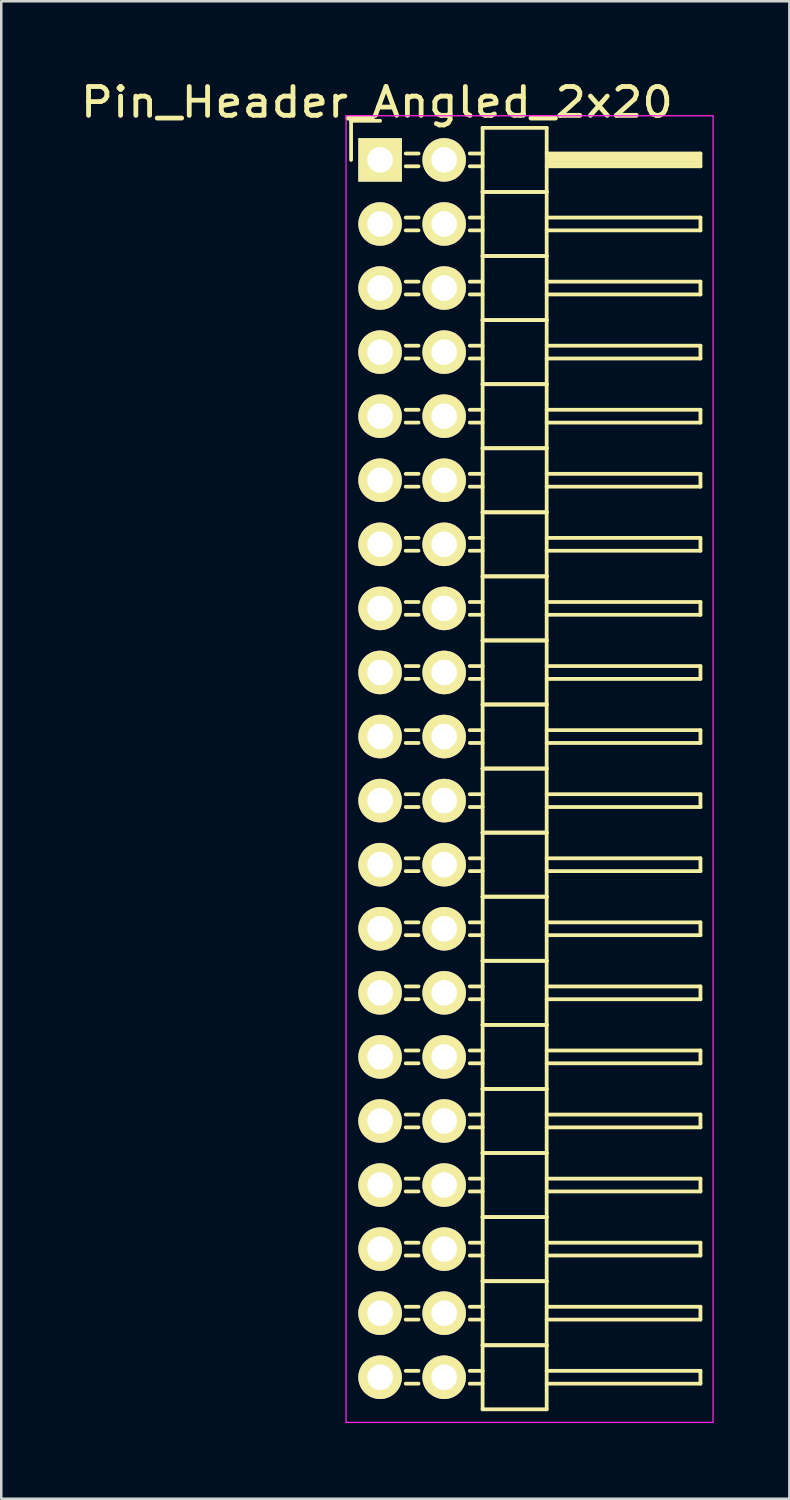
<source format=kicad_pcb>
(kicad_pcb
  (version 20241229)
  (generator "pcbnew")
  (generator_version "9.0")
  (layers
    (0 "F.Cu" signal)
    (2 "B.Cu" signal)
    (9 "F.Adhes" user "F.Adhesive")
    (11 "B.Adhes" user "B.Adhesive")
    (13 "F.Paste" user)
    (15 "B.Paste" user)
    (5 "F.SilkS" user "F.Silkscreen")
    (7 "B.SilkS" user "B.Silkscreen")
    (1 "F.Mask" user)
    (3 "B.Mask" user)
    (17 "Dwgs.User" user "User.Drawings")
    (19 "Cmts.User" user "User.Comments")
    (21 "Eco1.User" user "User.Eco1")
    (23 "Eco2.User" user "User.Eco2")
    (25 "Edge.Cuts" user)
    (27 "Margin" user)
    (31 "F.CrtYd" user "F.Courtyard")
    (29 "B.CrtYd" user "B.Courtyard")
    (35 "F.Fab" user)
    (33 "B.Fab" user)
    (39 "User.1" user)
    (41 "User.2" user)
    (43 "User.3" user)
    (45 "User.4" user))
  (footprint "Pin_Header_Angled_2x20"
    (layer "F.Cu")
    (at 12.018 3.289)
    (property "Reference" "Pin_Header_Angled_2x20" (at -0.127 -2.286 0) (layer "F.SilkS") (effects (font (size 1.143 1.27) (thickness 0.191))))
    (attr through_hole)
    (fp_line (start -1.15 -1.55) (end -1.15 0) (stroke (width 0.15) (type solid)) (layer "F.SilkS"))
    (fp_line (start 0 -1.55) (end -1.15 -1.55) (stroke (width 0.15) (type solid)) (layer "F.SilkS"))
    (fp_line (start 1.524 -0.254) (end 1.016 -0.254) (stroke (width 0.15) (type solid)) (layer "F.SilkS"))
    (fp_line (start 1.524 0.254) (end 1.016 0.254) (stroke (width 0.15) (type solid)) (layer "F.SilkS"))
    (fp_line (start 1.524 2.286) (end 1.016 2.286) (stroke (width 0.15) (type solid)) (layer "F.SilkS"))
    (fp_line (start 1.524 2.794) (end 1.016 2.794) (stroke (width 0.15) (type solid)) (layer "F.SilkS"))
    (fp_line (start 1.524 4.826) (end 1.016 4.826) (stroke (width 0.15) (type solid)) (layer "F.SilkS"))
    (fp_line (start 1.524 5.334) (end 1.016 5.334) (stroke (width 0.15) (type solid)) (layer "F.SilkS"))
    (fp_line (start 1.524 7.366) (end 1.016 7.366) (stroke (width 0.15) (type solid)) (layer "F.SilkS"))
    (fp_line (start 1.524 7.874) (end 1.016 7.874) (stroke (width 0.15) (type solid)) (layer "F.SilkS"))
    (fp_line (start 1.524 9.906) (end 1.016 9.906) (stroke (width 0.15) (type solid)) (layer "F.SilkS"))
    (fp_line (start 1.524 10.414) (end 1.016 10.414) (stroke (width 0.15) (type solid)) (layer "F.SilkS"))
    (fp_line (start 1.524 12.446) (end 1.016 12.446) (stroke (width 0.15) (type solid)) (layer "F.SilkS"))
    (fp_line (start 1.524 12.954) (end 1.016 12.954) (stroke (width 0.15) (type solid)) (layer "F.SilkS"))
    (fp_line (start 1.524 14.986) (end 1.016 14.986) (stroke (width 0.15) (type solid)) (layer "F.SilkS"))
    (fp_line (start 1.524 15.494) (end 1.016 15.494) (stroke (width 0.15) (type solid)) (layer "F.SilkS"))
    (fp_line (start 1.524 17.526) (end 1.016 17.526) (stroke (width 0.15) (type solid)) (layer "F.SilkS"))
    (fp_line (start 1.524 18.034) (end 1.016 18.034) (stroke (width 0.15) (type solid)) (layer "F.SilkS"))
    (fp_line (start 1.524 20.066) (end 1.016 20.066) (stroke (width 0.15) (type solid)) (layer "F.SilkS"))
    (fp_line (start 1.524 20.574) (end 1.016 20.574) (stroke (width 0.15) (type solid)) (layer "F.SilkS"))
    (fp_line (start 1.524 22.606) (end 1.016 22.606) (stroke (width 0.15) (type solid)) (layer "F.SilkS"))
    (fp_line (start 1.524 23.114) (end 1.016 23.114) (stroke (width 0.15) (type solid)) (layer "F.SilkS"))
    (fp_line (start 1.524 25.146) (end 1.016 25.146) (stroke (width 0.15) (type solid)) (layer "F.SilkS"))
    (fp_line (start 1.524 25.654) (end 1.016 25.654) (stroke (width 0.15) (type solid)) (layer "F.SilkS"))
    (fp_line (start 1.524 27.686) (end 1.016 27.686) (stroke (width 0.15) (type solid)) (layer "F.SilkS"))
    (fp_line (start 1.524 28.194) (end 1.016 28.194) (stroke (width 0.15) (type solid)) (layer "F.SilkS"))
    (fp_line (start 1.524 30.226) (end 1.016 30.226) (stroke (width 0.15) (type solid)) (layer "F.SilkS"))
    (fp_line (start 1.524 30.734) (end 1.016 30.734) (stroke (width 0.15) (type solid)) (layer "F.SilkS"))
    (fp_line (start 1.524 32.766) (end 1.016 32.766) (stroke (width 0.15) (type solid)) (layer "F.SilkS"))
    (fp_line (start 1.524 33.274) (end 1.016 33.274) (stroke (width 0.15) (type solid)) (layer "F.SilkS"))
    (fp_line (start 1.524 35.306) (end 1.016 35.306) (stroke (width 0.15) (type solid)) (layer "F.SilkS"))
    (fp_line (start 1.524 35.814) (end 1.016 35.814) (stroke (width 0.15) (type solid)) (layer "F.SilkS"))
    (fp_line (start 1.524 37.846) (end 1.016 37.846) (stroke (width 0.15) (type solid)) (layer "F.SilkS"))
    (fp_line (start 1.524 38.354) (end 1.016 38.354) (stroke (width 0.15) (type solid)) (layer "F.SilkS"))
    (fp_line (start 1.524 40.386) (end 1.016 40.386) (stroke (width 0.15) (type solid)) (layer "F.SilkS"))
    (fp_line (start 1.524 40.894) (end 1.016 40.894) (stroke (width 0.15) (type solid)) (layer "F.SilkS"))
    (fp_line (start 1.524 42.926) (end 1.016 42.926) (stroke (width 0.15) (type solid)) (layer "F.SilkS"))
    (fp_line (start 1.524 43.434) (end 1.016 43.434) (stroke (width 0.15) (type solid)) (layer "F.SilkS"))
    (fp_line (start 1.524 45.466) (end 1.016 45.466) (stroke (width 0.15) (type solid)) (layer "F.SilkS"))
    (fp_line (start 1.524 45.974) (end 1.016 45.974) (stroke (width 0.15) (type solid)) (layer "F.SilkS"))
    (fp_line (start 1.524 48.006) (end 1.016 48.006) (stroke (width 0.15) (type solid)) (layer "F.SilkS"))
    (fp_line (start 1.524 48.514) (end 1.016 48.514) (stroke (width 0.15) (type solid)) (layer "F.SilkS"))
    (fp_line (start 4.064 -1.27) (end 4.064 1.27) (stroke (width 0.15) (type solid)) (layer "F.SilkS"))
    (fp_line (start 4.064 -1.27) (end 6.604 -1.27) (stroke (width 0.15) (type solid)) (layer "F.SilkS"))
    (fp_line (start 4.064 -0.254) (end 3.556 -0.254) (stroke (width 0.15) (type solid)) (layer "F.SilkS"))
    (fp_line (start 4.064 0.254) (end 3.556 0.254) (stroke (width 0.15) (type solid)) (layer "F.SilkS"))
    (fp_line (start 4.064 1.27) (end 4.064 3.81) (stroke (width 0.15) (type solid)) (layer "F.SilkS"))
    (fp_line (start 4.064 1.27) (end 6.604 1.27) (stroke (width 0.15) (type solid)) (layer "F.SilkS"))
    (fp_line (start 4.064 1.27) (end 6.604 1.27) (stroke (width 0.15) (type solid)) (layer "F.SilkS"))
    (fp_line (start 4.064 2.286) (end 3.556 2.286) (stroke (width 0.15) (type solid)) (layer "F.SilkS"))
    (fp_line (start 4.064 2.794) (end 3.556 2.794) (stroke (width 0.15) (type solid)) (layer "F.SilkS"))
    (fp_line (start 4.064 3.81) (end 4.064 6.35) (stroke (width 0.15) (type solid)) (layer "F.SilkS"))
    (fp_line (start 4.064 3.81) (end 6.604 3.81) (stroke (width 0.15) (type solid)) (layer "F.SilkS"))
    (fp_line (start 4.064 3.81) (end 6.604 3.81) (stroke (width 0.15) (type solid)) (layer "F.SilkS"))
    (fp_line (start 4.064 4.826) (end 3.556 4.826) (stroke (width 0.15) (type solid)) (layer "F.SilkS"))
    (fp_line (start 4.064 5.334) (end 3.556 5.334) (stroke (width 0.15) (type solid)) (layer "F.SilkS"))
    (fp_line (start 4.064 6.35) (end 4.064 8.89) (stroke (width 0.15) (type solid)) (layer "F.SilkS"))
    (fp_line (start 4.064 6.35) (end 6.604 6.35) (stroke (width 0.15) (type solid)) (layer "F.SilkS"))
    (fp_line (start 4.064 6.35) (end 6.604 6.35) (stroke (width 0.15) (type solid)) (layer "F.SilkS"))
    (fp_line (start 4.064 7.366) (end 3.556 7.366) (stroke (width 0.15) (type solid)) (layer "F.SilkS"))
    (fp_line (start 4.064 7.874) (end 3.556 7.874) (stroke (width 0.15) (type solid)) (layer "F.SilkS"))
    (fp_line (start 4.064 8.89) (end 4.064 11.43) (stroke (width 0.15) (type solid)) (layer "F.SilkS"))
    (fp_line (start 4.064 8.89) (end 6.604 8.89) (stroke (width 0.15) (type solid)) (layer "F.SilkS"))
    (fp_line (start 4.064 8.89) (end 6.604 8.89) (stroke (width 0.15) (type solid)) (layer "F.SilkS"))
    (fp_line (start 4.064 9.906) (end 3.556 9.906) (stroke (width 0.15) (type solid)) (layer "F.SilkS"))
    (fp_line (start 4.064 10.414) (end 3.556 10.414) (stroke (width 0.15) (type solid)) (layer "F.SilkS"))
    (fp_line (start 4.064 11.43) (end 4.064 13.97) (stroke (width 0.15) (type solid)) (layer "F.SilkS"))
    (fp_line (start 4.064 11.43) (end 6.604 11.43) (stroke (width 0.15) (type solid)) (layer "F.SilkS"))
    (fp_line (start 4.064 11.43) (end 6.604 11.43) (stroke (width 0.15) (type solid)) (layer "F.SilkS"))
    (fp_line (start 4.064 12.446) (end 3.556 12.446) (stroke (width 0.15) (type solid)) (layer "F.SilkS"))
    (fp_line (start 4.064 12.954) (end 3.556 12.954) (stroke (width 0.15) (type solid)) (layer "F.SilkS"))
    (fp_line (start 4.064 13.97) (end 4.064 16.51) (stroke (width 0.15) (type solid)) (layer "F.SilkS"))
    (fp_line (start 4.064 13.97) (end 6.604 13.97) (stroke (width 0.15) (type solid)) (layer "F.SilkS"))
    (fp_line (start 4.064 13.97) (end 6.604 13.97) (stroke (width 0.15) (type solid)) (layer "F.SilkS"))
    (fp_line (start 4.064 14.986) (end 3.556 14.986) (stroke (width 0.15) (type solid)) (layer "F.SilkS"))
    (fp_line (start 4.064 15.494) (end 3.556 15.494) (stroke (width 0.15) (type solid)) (layer "F.SilkS"))
    (fp_line (start 4.064 16.51) (end 4.064 19.05) (stroke (width 0.15) (type solid)) (layer "F.SilkS"))
    (fp_line (start 4.064 16.51) (end 6.604 16.51) (stroke (width 0.15) (type solid)) (layer "F.SilkS"))
    (fp_line (start 4.064 16.51) (end 6.604 16.51) (stroke (width 0.15) (type solid)) (layer "F.SilkS"))
    (fp_line (start 4.064 17.526) (end 3.556 17.526) (stroke (width 0.15) (type solid)) (layer "F.SilkS"))
    (fp_line (start 4.064 18.034) (end 3.556 18.034) (stroke (width 0.15) (type solid)) (layer "F.SilkS"))
    (fp_line (start 4.064 19.05) (end 4.064 21.59) (stroke (width 0.15) (type solid)) (layer "F.SilkS"))
    (fp_line (start 4.064 19.05) (end 6.604 19.05) (stroke (width 0.15) (type solid)) (layer "F.SilkS"))
    (fp_line (start 4.064 19.05) (end 6.604 19.05) (stroke (width 0.15) (type solid)) (layer "F.SilkS"))
    (fp_line (start 4.064 20.066) (end 3.556 20.066) (stroke (width 0.15) (type solid)) (layer "F.SilkS"))
    (fp_line (start 4.064 20.574) (end 3.556 20.574) (stroke (width 0.15) (type solid)) (layer "F.SilkS"))
    (fp_line (start 4.064 21.59) (end 4.064 24.13) (stroke (width 0.15) (type solid)) (layer "F.SilkS"))
    (fp_line (start 4.064 21.59) (end 6.604 21.59) (stroke (width 0.15) (type solid)) (layer "F.SilkS"))
    (fp_line (start 4.064 21.59) (end 6.604 21.59) (stroke (width 0.15) (type solid)) (layer "F.SilkS"))
    (fp_line (start 4.064 22.606) (end 3.556 22.606) (stroke (width 0.15) (type solid)) (layer "F.SilkS"))
    (fp_line (start 4.064 23.114) (end 3.556 23.114) (stroke (width 0.15) (type solid)) (layer "F.SilkS"))
    (fp_line (start 4.064 24.13) (end 4.064 26.67) (stroke (width 0.15) (type solid)) (layer "F.SilkS"))
    (fp_line (start 4.064 24.13) (end 6.604 24.13) (stroke (width 0.15) (type solid)) (layer "F.SilkS"))
    (fp_line (start 4.064 24.13) (end 6.604 24.13) (stroke (width 0.15) (type solid)) (layer "F.SilkS"))
    (fp_line (start 4.064 25.146) (end 3.556 25.146) (stroke (width 0.15) (type solid)) (layer "F.SilkS"))
    (fp_line (start 4.064 25.654) (end 3.556 25.654) (stroke (width 0.15) (type solid)) (layer "F.SilkS"))
    (fp_line (start 4.064 26.67) (end 4.064 29.21) (stroke (width 0.15) (type solid)) (layer "F.SilkS"))
    (fp_line (start 4.064 26.67) (end 6.604 26.67) (stroke (width 0.15) (type solid)) (layer "F.SilkS"))
    (fp_line (start 4.064 26.67) (end 6.604 26.67) (stroke (width 0.15) (type solid)) (layer "F.SilkS"))
    (fp_line (start 4.064 27.686) (end 3.556 27.686) (stroke (width 0.15) (type solid)) (layer "F.SilkS"))
    (fp_line (start 4.064 28.194) (end 3.556 28.194) (stroke (width 0.15) (type solid)) (layer "F.SilkS"))
    (fp_line (start 4.064 29.21) (end 4.064 31.75) (stroke (width 0.15) (type solid)) (layer "F.SilkS"))
    (fp_line (start 4.064 29.21) (end 6.604 29.21) (stroke (width 0.15) (type solid)) (layer "F.SilkS"))
    (fp_line (start 4.064 29.21) (end 6.604 29.21) (stroke (width 0.15) (type solid)) (layer "F.SilkS"))
    (fp_line (start 4.064 30.226) (end 3.556 30.226) (stroke (width 0.15) (type solid)) (layer "F.SilkS"))
    (fp_line (start 4.064 30.734) (end 3.556 30.734) (stroke (width 0.15) (type solid)) (layer "F.SilkS"))
    (fp_line (start 4.064 31.75) (end 4.064 34.29) (stroke (width 0.15) (type solid)) (layer "F.SilkS"))
    (fp_line (start 4.064 31.75) (end 6.604 31.75) (stroke (width 0.15) (type solid)) (layer "F.SilkS"))
    (fp_line (start 4.064 31.75) (end 6.604 31.75) (stroke (width 0.15) (type solid)) (layer "F.SilkS"))
    (fp_line (start 4.064 32.766) (end 3.556 32.766) (stroke (width 0.15) (type solid)) (layer "F.SilkS"))
    (fp_line (start 4.064 33.274) (end 3.556 33.274) (stroke (width 0.15) (type solid)) (layer "F.SilkS"))
    (fp_line (start 4.064 34.29) (end 4.064 36.83) (stroke (width 0.15) (type solid)) (layer "F.SilkS"))
    (fp_line (start 4.064 34.29) (end 6.604 34.29) (stroke (width 0.15) (type solid)) (layer "F.SilkS"))
    (fp_line (start 4.064 34.29) (end 6.604 34.29) (stroke (width 0.15) (type solid)) (layer "F.SilkS"))
    (fp_line (start 4.064 35.306) (end 3.556 35.306) (stroke (width 0.15) (type solid)) (layer "F.SilkS"))
    (fp_line (start 4.064 35.814) (end 3.556 35.814) (stroke (width 0.15) (type solid)) (layer "F.SilkS"))
    (fp_line (start 4.064 36.83) (end 4.064 39.37) (stroke (width 0.15) (type solid)) (layer "F.SilkS"))
    (fp_line (start 4.064 36.83) (end 6.604 36.83) (stroke (width 0.15) (type solid)) (layer "F.SilkS"))
    (fp_line (start 4.064 36.83) (end 6.604 36.83) (stroke (width 0.15) (type solid)) (layer "F.SilkS"))
    (fp_line (start 4.064 37.846) (end 3.556 37.846) (stroke (width 0.15) (type solid)) (layer "F.SilkS"))
    (fp_line (start 4.064 38.354) (end 3.556 38.354) (stroke (width 0.15) (type solid)) (layer "F.SilkS"))
    (fp_line (start 4.064 39.37) (end 4.064 41.91) (stroke (width 0.15) (type solid)) (layer "F.SilkS"))
    (fp_line (start 4.064 39.37) (end 6.604 39.37) (stroke (width 0.15) (type solid)) (layer "F.SilkS"))
    (fp_line (start 4.064 39.37) (end 6.604 39.37) (stroke (width 0.15) (type solid)) (layer "F.SilkS"))
    (fp_line (start 4.064 40.386) (end 3.556 40.386) (stroke (width 0.15) (type solid)) (layer "F.SilkS"))
    (fp_line (start 4.064 40.894) (end 3.556 40.894) (stroke (width 0.15) (type solid)) (layer "F.SilkS"))
    (fp_line (start 4.064 41.91) (end 4.064 44.45) (stroke (width 0.15) (type solid)) (layer "F.SilkS"))
    (fp_line (start 4.064 41.91) (end 6.604 41.91) (stroke (width 0.15) (type solid)) (layer "F.SilkS"))
    (fp_line (start 4.064 41.91) (end 6.604 41.91) (stroke (width 0.15) (type solid)) (layer "F.SilkS"))
    (fp_line (start 4.064 42.926) (end 3.556 42.926) (stroke (width 0.15) (type solid)) (layer "F.SilkS"))
    (fp_line (start 4.064 43.434) (end 3.556 43.434) (stroke (width 0.15) (type solid)) (layer "F.SilkS"))
    (fp_line (start 4.064 44.45) (end 4.064 46.99) (stroke (width 0.15) (type solid)) (layer "F.SilkS"))
    (fp_line (start 4.064 44.45) (end 6.604 44.45) (stroke (width 0.15) (type solid)) (layer "F.SilkS"))
    (fp_line (start 4.064 44.45) (end 6.604 44.45) (stroke (width 0.15) (type solid)) (layer "F.SilkS"))
    (fp_line (start 4.064 45.466) (end 3.556 45.466) (stroke (width 0.15) (type solid)) (layer "F.SilkS"))
    (fp_line (start 4.064 45.974) (end 3.556 45.974) (stroke (width 0.15) (type solid)) (layer "F.SilkS"))
    (fp_line (start 4.064 46.99) (end 4.064 49.53) (stroke (width 0.15) (type solid)) (layer "F.SilkS"))
    (fp_line (start 4.064 46.99) (end 6.604 46.99) (stroke (width 0.15) (type solid)) (layer "F.SilkS"))
    (fp_line (start 4.064 46.99) (end 6.604 46.99) (stroke (width 0.15) (type solid)) (layer "F.SilkS"))
    (fp_line (start 4.064 48.006) (end 3.556 48.006) (stroke (width 0.15) (type solid)) (layer "F.SilkS"))
    (fp_line (start 4.064 48.514) (end 3.556 48.514) (stroke (width 0.15) (type solid)) (layer "F.SilkS"))
    (fp_line (start 4.064 49.53) (end 6.604 49.53) (stroke (width 0.15) (type solid)) (layer "F.SilkS"))
    (fp_line (start 6.604 -0.254) (end 12.7 -0.254) (stroke (width 0.15) (type solid)) (layer "F.SilkS"))
    (fp_line (start 6.604 -0.127) (end 12.573 -0.127) (stroke (width 0.15) (type solid)) (layer "F.SilkS"))
    (fp_line (start 6.604 1.27) (end 6.604 -1.27) (stroke (width 0.15) (type solid)) (layer "F.SilkS"))
    (fp_line (start 6.604 2.286) (end 12.7 2.286) (stroke (width 0.15) (type solid)) (layer "F.SilkS"))
    (fp_line (start 6.604 3.81) (end 6.604 1.27) (stroke (width 0.15) (type solid)) (layer "F.SilkS"))
    (fp_line (start 6.604 4.826) (end 12.7 4.826) (stroke (width 0.15) (type solid)) (layer "F.SilkS"))
    (fp_line (start 6.604 6.35) (end 6.604 3.81) (stroke (width 0.15) (type solid)) (layer "F.SilkS"))
    (fp_line (start 6.604 7.366) (end 12.7 7.366) (stroke (width 0.15) (type solid)) (layer "F.SilkS"))
    (fp_line (start 6.604 8.89) (end 6.604 6.35) (stroke (width 0.15) (type solid)) (layer "F.SilkS"))
    (fp_line (start 6.604 9.906) (end 12.7 9.906) (stroke (width 0.15) (type solid)) (layer "F.SilkS"))
    (fp_line (start 6.604 11.43) (end 6.604 8.89) (stroke (width 0.15) (type solid)) (layer "F.SilkS"))
    (fp_line (start 6.604 12.446) (end 12.7 12.446) (stroke (width 0.15) (type solid)) (layer "F.SilkS"))
    (fp_line (start 6.604 13.97) (end 6.604 11.43) (stroke (width 0.15) (type solid)) (layer "F.SilkS"))
    (fp_line (start 6.604 14.986) (end 12.7 14.986) (stroke (width 0.15) (type solid)) (layer "F.SilkS"))
    (fp_line (start 6.604 16.51) (end 6.604 13.97) (stroke (width 0.15) (type solid)) (layer "F.SilkS"))
    (fp_line (start 6.604 17.526) (end 12.7 17.526) (stroke (width 0.15) (type solid)) (layer "F.SilkS"))
    (fp_line (start 6.604 19.05) (end 6.604 16.51) (stroke (width 0.15) (type solid)) (layer "F.SilkS"))
    (fp_line (start 6.604 20.066) (end 12.7 20.066) (stroke (width 0.15) (type solid)) (layer "F.SilkS"))
    (fp_line (start 6.604 21.59) (end 6.604 19.05) (stroke (width 0.15) (type solid)) (layer "F.SilkS"))
    (fp_line (start 6.604 22.606) (end 12.7 22.606) (stroke (width 0.15) (type solid)) (layer "F.SilkS"))
    (fp_line (start 6.604 24.13) (end 6.604 21.59) (stroke (width 0.15) (type solid)) (layer "F.SilkS"))
    (fp_line (start 6.604 25.146) (end 12.7 25.146) (stroke (width 0.15) (type solid)) (layer "F.SilkS"))
    (fp_line (start 6.604 26.67) (end 6.604 24.13) (stroke (width 0.15) (type solid)) (layer "F.SilkS"))
    (fp_line (start 6.604 27.686) (end 12.7 27.686) (stroke (width 0.15) (type solid)) (layer "F.SilkS"))
    (fp_line (start 6.604 29.21) (end 6.604 26.67) (stroke (width 0.15) (type solid)) (layer "F.SilkS"))
    (fp_line (start 6.604 30.226) (end 12.7 30.226) (stroke (width 0.15) (type solid)) (layer "F.SilkS"))
    (fp_line (start 6.604 31.75) (end 6.604 29.21) (stroke (width 0.15) (type solid)) (layer "F.SilkS"))
    (fp_line (start 6.604 32.766) (end 12.7 32.766) (stroke (width 0.15) (type solid)) (layer "F.SilkS"))
    (fp_line (start 6.604 34.29) (end 6.604 31.75) (stroke (width 0.15) (type solid)) (layer "F.SilkS"))
    (fp_line (start 6.604 35.306) (end 12.7 35.306) (stroke (width 0.15) (type solid)) (layer "F.SilkS"))
    (fp_line (start 6.604 36.83) (end 6.604 34.29) (stroke (width 0.15) (type solid)) (layer "F.SilkS"))
    (fp_line (start 6.604 37.846) (end 12.7 37.846) (stroke (width 0.15) (type solid)) (layer "F.SilkS"))
    (fp_line (start 6.604 39.37) (end 6.604 36.83) (stroke (width 0.15) (type solid)) (layer "F.SilkS"))
    (fp_line (start 6.604 40.386) (end 12.7 40.386) (stroke (width 0.15) (type solid)) (layer "F.SilkS"))
    (fp_line (start 6.604 41.91) (end 6.604 39.37) (stroke (width 0.15) (type solid)) (layer "F.SilkS"))
    (fp_line (start 6.604 42.926) (end 12.7 42.926) (stroke (width 0.15) (type solid)) (layer "F.SilkS"))
    (fp_line (start 6.604 44.45) (end 6.604 41.91) (stroke (width 0.15) (type solid)) (layer "F.SilkS"))
    (fp_line (start 6.604 45.466) (end 12.7 45.466) (stroke (width 0.15) (type solid)) (layer "F.SilkS"))
    (fp_line (start 6.604 46.99) (end 6.604 44.45) (stroke (width 0.15) (type solid)) (layer "F.SilkS"))
    (fp_line (start 6.604 48.006) (end 12.7 48.006) (stroke (width 0.15) (type solid)) (layer "F.SilkS"))
    (fp_line (start 6.604 49.53) (end 6.604 46.99) (stroke (width 0.15) (type solid)) (layer "F.SilkS"))
    (fp_line (start 6.731 0) (end 12.573 0) (stroke (width 0.15) (type solid)) (layer "F.SilkS"))
    (fp_line (start 6.731 0.127) (end 6.731 0) (stroke (width 0.15) (type solid)) (layer "F.SilkS"))
    (fp_line (start 12.573 -0.127) (end 12.573 0.127) (stroke (width 0.15) (type solid)) (layer "F.SilkS"))
    (fp_line (start 12.573 0.127) (end 6.731 0.127) (stroke (width 0.15) (type solid)) (layer "F.SilkS"))
    (fp_line (start 12.7 -0.254) (end 12.7 0.254) (stroke (width 0.15) (type solid)) (layer "F.SilkS"))
    (fp_line (start 12.7 0.254) (end 6.604 0.254) (stroke (width 0.15) (type solid)) (layer "F.SilkS"))
    (fp_line (start 12.7 2.286) (end 12.7 2.794) (stroke (width 0.15) (type solid)) (layer "F.SilkS"))
    (fp_line (start 12.7 2.794) (end 6.604 2.794) (stroke (width 0.15) (type solid)) (layer "F.SilkS"))
    (fp_line (start 12.7 4.826) (end 12.7 5.334) (stroke (width 0.15) (type solid)) (layer "F.SilkS"))
    (fp_line (start 12.7 5.334) (end 6.604 5.334) (stroke (width 0.15) (type solid)) (layer "F.SilkS"))
    (fp_line (start 12.7 7.366) (end 12.7 7.874) (stroke (width 0.15) (type solid)) (layer "F.SilkS"))
    (fp_line (start 12.7 7.874) (end 6.604 7.874) (stroke (width 0.15) (type solid)) (layer "F.SilkS"))
    (fp_line (start 12.7 9.906) (end 12.7 10.414) (stroke (width 0.15) (type solid)) (layer "F.SilkS"))
    (fp_line (start 12.7 10.414) (end 6.604 10.414) (stroke (width 0.15) (type solid)) (layer "F.SilkS"))
    (fp_line (start 12.7 12.446) (end 12.7 12.954) (stroke (width 0.15) (type solid)) (layer "F.SilkS"))
    (fp_line (start 12.7 12.954) (end 6.604 12.954) (stroke (width 0.15) (type solid)) (layer "F.SilkS"))
    (fp_line (start 12.7 14.986) (end 12.7 15.494) (stroke (width 0.15) (type solid)) (layer "F.SilkS"))
    (fp_line (start 12.7 15.494) (end 6.604 15.494) (stroke (width 0.15) (type solid)) (layer "F.SilkS"))
    (fp_line (start 12.7 17.526) (end 12.7 18.034) (stroke (width 0.15) (type solid)) (layer "F.SilkS"))
    (fp_line (start 12.7 18.034) (end 6.604 18.034) (stroke (width 0.15) (type solid)) (layer "F.SilkS"))
    (fp_line (start 12.7 20.066) (end 12.7 20.574) (stroke (width 0.15) (type solid)) (layer "F.SilkS"))
    (fp_line (start 12.7 20.574) (end 6.604 20.574) (stroke (width 0.15) (type solid)) (layer "F.SilkS"))
    (fp_line (start 12.7 22.606) (end 12.7 23.114) (stroke (width 0.15) (type solid)) (layer "F.SilkS"))
    (fp_line (start 12.7 23.114) (end 6.604 23.114) (stroke (width 0.15) (type solid)) (layer "F.SilkS"))
    (fp_line (start 12.7 25.146) (end 12.7 25.654) (stroke (width 0.15) (type solid)) (layer "F.SilkS"))
    (fp_line (start 12.7 25.654) (end 6.604 25.654) (stroke (width 0.15) (type solid)) (layer "F.SilkS"))
    (fp_line (start 12.7 27.686) (end 12.7 28.194) (stroke (width 0.15) (type solid)) (layer "F.SilkS"))
    (fp_line (start 12.7 28.194) (end 6.604 28.194) (stroke (width 0.15) (type solid)) (layer "F.SilkS"))
    (fp_line (start 12.7 30.226) (end 12.7 30.734) (stroke (width 0.15) (type solid)) (layer "F.SilkS"))
    (fp_line (start 12.7 30.734) (end 6.604 30.734) (stroke (width 0.15) (type solid)) (layer "F.SilkS"))
    (fp_line (start 12.7 32.766) (end 12.7 33.274) (stroke (width 0.15) (type solid)) (layer "F.SilkS"))
    (fp_line (start 12.7 33.274) (end 6.604 33.274) (stroke (width 0.15) (type solid)) (layer "F.SilkS"))
    (fp_line (start 12.7 35.306) (end 12.7 35.814) (stroke (width 0.15) (type solid)) (layer "F.SilkS"))
    (fp_line (start 12.7 35.814) (end 6.604 35.814) (stroke (width 0.15) (type solid)) (layer "F.SilkS"))
    (fp_line (start 12.7 37.846) (end 12.7 38.354) (stroke (width 0.15) (type solid)) (layer "F.SilkS"))
    (fp_line (start 12.7 38.354) (end 6.604 38.354) (stroke (width 0.15) (type solid)) (layer "F.SilkS"))
    (fp_line (start 12.7 40.386) (end 12.7 40.894) (stroke (width 0.15) (type solid)) (layer "F.SilkS"))
    (fp_line (start 12.7 40.894) (end 6.604 40.894) (stroke (width 0.15) (type solid)) (layer "F.SilkS"))
    (fp_line (start 12.7 42.926) (end 12.7 43.434) (stroke (width 0.15) (type solid)) (layer "F.SilkS"))
    (fp_line (start 12.7 43.434) (end 6.604 43.434) (stroke (width 0.15) (type solid)) (layer "F.SilkS"))
    (fp_line (start 12.7 45.466) (end 12.7 45.974) (stroke (width 0.15) (type solid)) (layer "F.SilkS"))
    (fp_line (start 12.7 45.974) (end 6.604 45.974) (stroke (width 0.15) (type solid)) (layer "F.SilkS"))
    (fp_line (start 12.7 48.006) (end 12.7 48.514) (stroke (width 0.15) (type solid)) (layer "F.SilkS"))
    (fp_line (start 12.7 48.514) (end 6.604 48.514) (stroke (width 0.15) (type solid)) (layer "F.SilkS"))
    (fp_line (start -1.35 -1.75) (end -1.35 50.05) (stroke (width 0.05) (type solid)) (layer "F.CrtYd"))
    (fp_line (start -1.35 -1.75) (end 13.2 -1.75) (stroke (width 0.05) (type solid)) (layer "F.CrtYd"))
    (fp_line (start -1.35 50.05) (end 13.2 50.05) (stroke (width 0.05) (type solid)) (layer "F.CrtYd"))
    (fp_line (start 13.2 -1.75) (end 13.2 50.05) (stroke (width 0.05) (type solid)) (layer "F.CrtYd"))
    (pad "1" thru_hole rect (at 0 0) (size 1.727 1.727) (drill 1.016) (layers "*.Cu" "*.Mask" "F.SilkS"))
    (pad "2" thru_hole oval (at 2.54 0) (size 1.727 1.727) (drill 1.016) (layers "*.Cu" "*.Mask" "F.SilkS"))
    (pad "3" thru_hole oval (at 0 2.54) (size 1.727 1.727) (drill 1.016) (layers "*.Cu" "*.Mask" "F.SilkS"))
    (pad "4" thru_hole oval (at 2.54 2.54) (size 1.727 1.727) (drill 1.016) (layers "*.Cu" "*.Mask" "F.SilkS"))
    (pad "5" thru_hole oval (at 0 5.08) (size 1.727 1.727) (drill 1.016) (layers "*.Cu" "*.Mask" "F.SilkS"))
    (pad "6" thru_hole oval (at 2.54 5.08) (size 1.727 1.727) (drill 1.016) (layers "*.Cu" "*.Mask" "F.SilkS"))
    (pad "7" thru_hole oval (at 0 7.62) (size 1.727 1.727) (drill 1.016) (layers "*.Cu" "*.Mask" "F.SilkS"))
    (pad "8" thru_hole oval (at 2.54 7.62) (size 1.727 1.727) (drill 1.016) (layers "*.Cu" "*.Mask" "F.SilkS"))
    (pad "9" thru_hole oval (at 0 10.16) (size 1.727 1.727) (drill 1.016) (layers "*.Cu" "*.Mask" "F.SilkS"))
    (pad "10" thru_hole oval (at 2.54 10.16) (size 1.727 1.727) (drill 1.016) (layers "*.Cu" "*.Mask" "F.SilkS"))
    (pad "11" thru_hole oval (at 0 12.7) (size 1.727 1.727) (drill 1.016) (layers "*.Cu" "*.Mask" "F.SilkS"))
    (pad "12" thru_hole oval (at 2.54 12.7) (size 1.727 1.727) (drill 1.016) (layers "*.Cu" "*.Mask" "F.SilkS"))
    (pad "13" thru_hole oval (at 0 15.24) (size 1.727 1.727) (drill 1.016) (layers "*.Cu" "*.Mask" "F.SilkS"))
    (pad "14" thru_hole oval (at 2.54 15.24) (size 1.727 1.727) (drill 1.016) (layers "*.Cu" "*.Mask" "F.SilkS"))
    (pad "15" thru_hole oval (at 0 17.78) (size 1.727 1.727) (drill 1.016) (layers "*.Cu" "*.Mask" "F.SilkS"))
    (pad "16" thru_hole oval (at 2.54 17.78) (size 1.727 1.727) (drill 1.016) (layers "*.Cu" "*.Mask" "F.SilkS"))
    (pad "17" thru_hole oval (at 0 20.32) (size 1.727 1.727) (drill 1.016) (layers "*.Cu" "*.Mask" "F.SilkS"))
    (pad "18" thru_hole oval (at 2.54 20.32) (size 1.727 1.727) (drill 1.016) (layers "*.Cu" "*.Mask" "F.SilkS"))
    (pad "19" thru_hole oval (at 0 22.86) (size 1.727 1.727) (drill 1.016) (layers "*.Cu" "*.Mask" "F.SilkS"))
    (pad "20" thru_hole oval (at 2.54 22.86) (size 1.727 1.727) (drill 1.016) (layers "*.Cu" "*.Mask" "F.SilkS"))
    (pad "21" thru_hole oval (at 0 25.4) (size 1.727 1.727) (drill 1.016) (layers "*.Cu" "*.Mask" "F.SilkS"))
    (pad "22" thru_hole oval (at 2.54 25.4) (size 1.727 1.727) (drill 1.016) (layers "*.Cu" "*.Mask" "F.SilkS"))
    (pad "23" thru_hole oval (at 0 27.94) (size 1.727 1.727) (drill 1.016) (layers "*.Cu" "*.Mask" "F.SilkS"))
    (pad "24" thru_hole oval (at 2.54 27.94) (size 1.727 1.727) (drill 1.016) (layers "*.Cu" "*.Mask" "F.SilkS"))
    (pad "25" thru_hole oval (at 0 30.48) (size 1.727 1.727) (drill 1.016) (layers "*.Cu" "*.Mask" "F.SilkS"))
    (pad "26" thru_hole oval (at 2.54 30.48) (size 1.727 1.727) (drill 1.016) (layers "*.Cu" "*.Mask" "F.SilkS"))
    (pad "27" thru_hole oval (at 0 33.02) (size 1.727 1.727) (drill 1.016) (layers "*.Cu" "*.Mask" "F.SilkS"))
    (pad "28" thru_hole oval (at 2.54 33.02) (size 1.727 1.727) (drill 1.016) (layers "*.Cu" "*.Mask" "F.SilkS"))
    (pad "29" thru_hole oval (at 0 35.56) (size 1.727 1.727) (drill 1.016) (layers "*.Cu" "*.Mask" "F.SilkS"))
    (pad "30" thru_hole oval (at 2.54 35.56) (size 1.727 1.727) (drill 1.016) (layers "*.Cu" "*.Mask" "F.SilkS"))
    (pad "31" thru_hole oval (at 0 38.1) (size 1.727 1.727) (drill 1.016) (layers "*.Cu" "*.Mask" "F.SilkS"))
    (pad "32" thru_hole oval (at 2.54 38.1) (size 1.727 1.727) (drill 1.016) (layers "*.Cu" "*.Mask" "F.SilkS"))
    (pad "33" thru_hole oval (at 0 40.64) (size 1.727 1.727) (drill 1.016) (layers "*.Cu" "*.Mask" "F.SilkS"))
    (pad "34" thru_hole oval (at 2.54 40.64) (size 1.727 1.727) (drill 1.016) (layers "*.Cu" "*.Mask" "F.SilkS"))
    (pad "35" thru_hole oval (at 0 43.18) (size 1.727 1.727) (drill 1.016) (layers "*.Cu" "*.Mask" "F.SilkS"))
    (pad "36" thru_hole oval (at 2.54 43.18) (size 1.727 1.727) (drill 1.016) (layers "*.Cu" "*.Mask" "F.SilkS"))
    (pad "37" thru_hole oval (at 0 45.72) (size 1.727 1.727) (drill 1.016) (layers "*.Cu" "*.Mask" "F.SilkS"))
    (pad "38" thru_hole oval (at 2.54 45.72) (size 1.727 1.727) (drill 1.016) (layers "*.Cu" "*.Mask" "F.SilkS"))
    (pad "39" thru_hole oval (at 0 48.26) (size 1.727 1.727) (drill 1.016) (layers "*.Cu" "*.Mask" "F.SilkS"))
    (pad "40" thru_hole oval (at 2.54 48.26) (size 1.727 1.727) (drill 1.016) (layers "*.Cu" "*.Mask" "F.SilkS")))
  (gr_rect
    (start -3 -3)
    (end 28.243 56.364)
    (stroke (width 0.1) (type default))
    (fill no)
    (layer "Edge.Cuts")))
</source>
